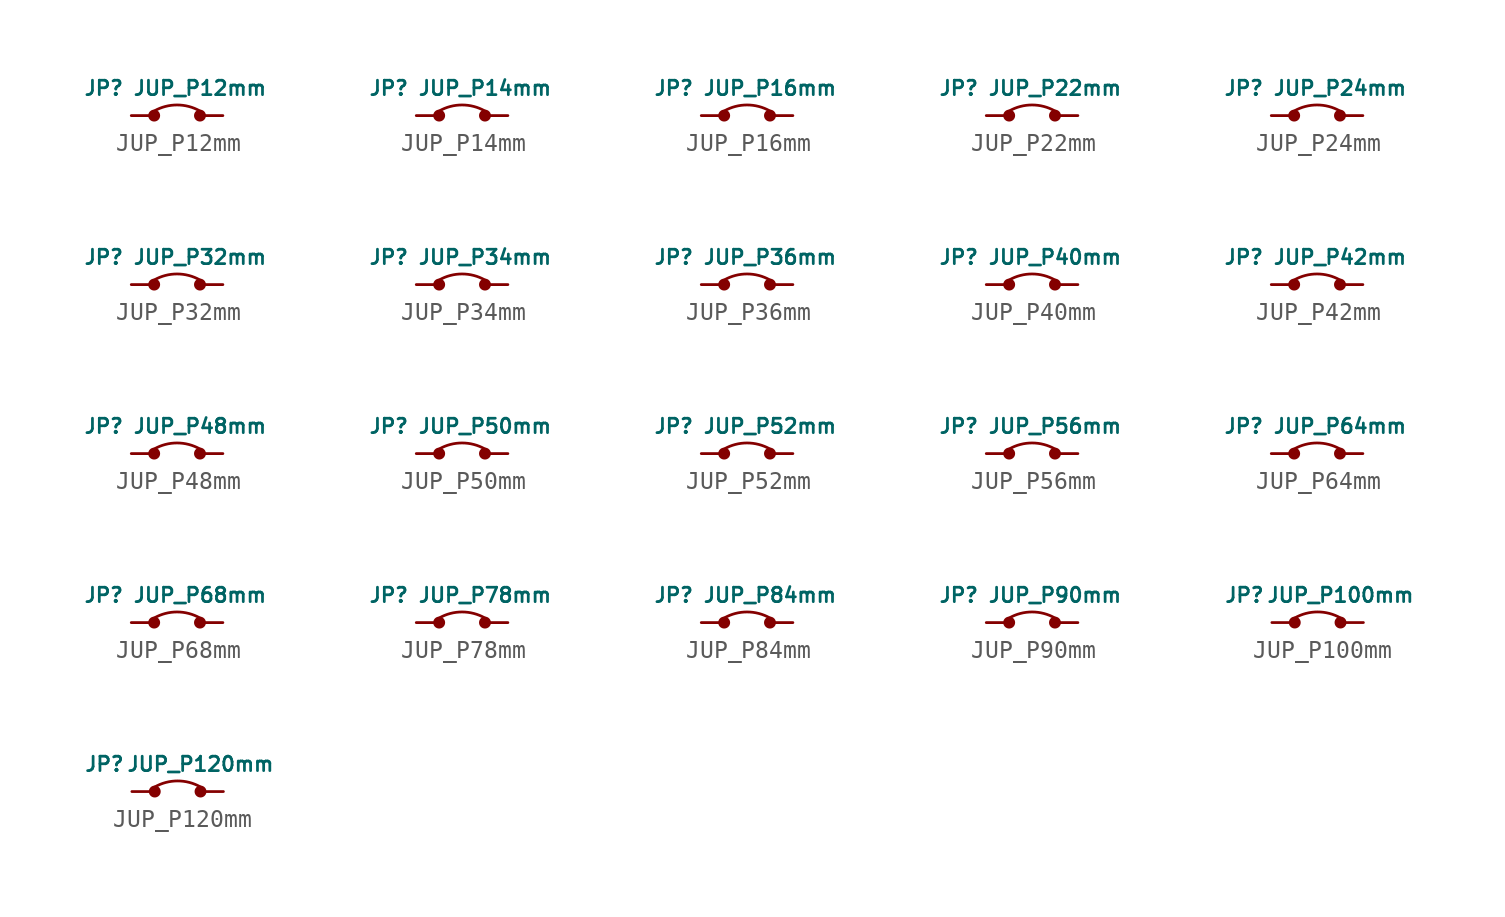
<source format=kicad_sym>
(kicad_symbol_lib
  (version 20220914)
  (generator kicad_symbol_editor)
  (symbol "JUP_P12mm"
    (property "Reference" "JP"
      (at -4.064 1.524 0)
      (effects (font (size 0.8 0.8))))
    (property "Value" "JUP_P12mm"
      (at 1.27 1.524 0)
      (effects (font (size 0.8 0.8))))
    (symbol "JUP_P12mm_0_1"
      (circle (center -1.27 0) (radius 0.254) (stroke (width 0) (type default)) (fill (type outline)))
      (circle (center 1.27 0) (radius 0.254) (stroke (width 0) (type default)) (fill (type outline)))
      (arc (start 1.27 0.254) (mid 0 0.5892) (end -1.27 0.254) (stroke (width 0) (type default)) (fill (type none))))
    (symbol "JUP_P12mm_1_1"
      (pin passive line (at -2.54 0 0) (length 1.2) (name "" (effects (font (size 1.27 1.27)))) (number "1" (effects (font (size 0 0)))))
      (pin passive line (at 2.54 0 180) (length 1.2) (name "" (effects (font (size 1.27 1.27)))) (number "2" (effects (font (size 0 0)))))))
  (symbol "JUP_P14mm"
    (property "Reference" "JP"
      (at -4.064 1.524 0)
      (effects (font (size 0.8 0.8))))
    (property "Value" "JUP_P14mm"
      (at 1.27 1.524 0)
      (effects (font (size 0.8 0.8))))
    (symbol "JUP_P14mm_0_1"
      (circle (center -1.27 0) (radius 0.254) (stroke (width 0) (type default)) (fill (type outline)))
      (circle (center 1.27 0) (radius 0.254) (stroke (width 0) (type default)) (fill (type outline)))
      (arc (start 1.27 0.254) (mid 0 0.5892) (end -1.27 0.254) (stroke (width 0) (type default)) (fill (type none))))
    (symbol "JUP_P14mm_1_1"
      (pin passive line (at -2.54 0 0) (length 1.2) (name "" (effects (font (size 1.27 1.27)))) (number "1" (effects (font (size 0 0)))))
      (pin passive line (at 2.54 0 180) (length 1.2) (name "" (effects (font (size 1.27 1.27)))) (number "2" (effects (font (size 0 0)))))))
  (symbol "JUP_P16mm"
    (property "Reference" "JP"
      (at -4.064 1.524 0)
      (effects (font (size 0.8 0.8))))
    (property "Value" "JUP_P16mm"
      (at 1.27 1.524 0)
      (effects (font (size 0.8 0.8))))
    (symbol "JUP_P16mm_0_1"
      (circle (center -1.27 0) (radius 0.254) (stroke (width 0) (type default)) (fill (type outline)))
      (circle (center 1.27 0) (radius 0.254) (stroke (width 0) (type default)) (fill (type outline)))
      (arc (start 1.27 0.254) (mid 0 0.5892) (end -1.27 0.254) (stroke (width 0) (type default)) (fill (type none))))
    (symbol "JUP_P16mm_1_1"
      (pin passive line (at -2.54 0 0) (length 1.2) (name "" (effects (font (size 1.27 1.27)))) (number "1" (effects (font (size 0 0)))))
      (pin passive line (at 2.54 0 180) (length 1.2) (name "" (effects (font (size 1.27 1.27)))) (number "2" (effects (font (size 0 0)))))))
  (symbol "JUP_P22mm"
    (property "Reference" "JP"
      (at -4.064 1.524 0)
      (effects (font (size 0.8 0.8))))
    (property "Value" "JUP_P22mm"
      (at 1.27 1.524 0)
      (effects (font (size 0.8 0.8))))
    (symbol "JUP_P22mm_0_1"
      (circle (center -1.27 0) (radius 0.254) (stroke (width 0) (type default)) (fill (type outline)))
      (circle (center 1.27 0) (radius 0.254) (stroke (width 0) (type default)) (fill (type outline)))
      (arc (start 1.27 0.254) (mid 0 0.5892) (end -1.27 0.254) (stroke (width 0) (type default)) (fill (type none))))
    (symbol "JUP_P22mm_1_1"
      (pin passive line (at -2.54 0 0) (length 1.2) (name "" (effects (font (size 1.27 1.27)))) (number "1" (effects (font (size 0 0)))))
      (pin passive line (at 2.54 0 180) (length 1.2) (name "" (effects (font (size 1.27 1.27)))) (number "2" (effects (font (size 0 0)))))))
  (symbol "JUP_P24mm"
    (property "Reference" "JP"
      (at -4.064 1.524 0)
      (effects (font (size 0.8 0.8))))
    (property "Value" "JUP_P24mm"
      (at 1.27 1.524 0)
      (effects (font (size 0.8 0.8))))
    (symbol "JUP_P24mm_0_1"
      (circle (center -1.27 0) (radius 0.254) (stroke (width 0) (type default)) (fill (type outline)))
      (circle (center 1.27 0) (radius 0.254) (stroke (width 0) (type default)) (fill (type outline)))
      (arc (start 1.27 0.254) (mid 0 0.5892) (end -1.27 0.254) (stroke (width 0) (type default)) (fill (type none))))
    (symbol "JUP_P24mm_1_1"
      (pin passive line (at -2.54 0 0) (length 1.2) (name "" (effects (font (size 1.27 1.27)))) (number "1" (effects (font (size 0 0)))))
      (pin passive line (at 2.54 0 180) (length 1.2) (name "" (effects (font (size 1.27 1.27)))) (number "2" (effects (font (size 0 0)))))))
  (symbol "JUP_P32mm"
    (property "Reference" "JP"
      (at -4.064 1.524 0)
      (effects (font (size 0.8 0.8))))
    (property "Value" "JUP_P32mm"
      (at 1.27 1.524 0)
      (effects (font (size 0.8 0.8))))
    (symbol "JUP_P32mm_0_1"
      (circle (center -1.27 0) (radius 0.254) (stroke (width 0) (type default)) (fill (type outline)))
      (circle (center 1.27 0) (radius 0.254) (stroke (width 0) (type default)) (fill (type outline)))
      (arc (start 1.27 0.254) (mid 0 0.5892) (end -1.27 0.254) (stroke (width 0) (type default)) (fill (type none))))
    (symbol "JUP_P32mm_1_1"
      (pin passive line (at -2.54 0 0) (length 1.2) (name "" (effects (font (size 1.27 1.27)))) (number "1" (effects (font (size 0 0)))))
      (pin passive line (at 2.54 0 180) (length 1.2) (name "" (effects (font (size 1.27 1.27)))) (number "2" (effects (font (size 0 0)))))))
  (symbol "JUP_P34mm"
    (property "Reference" "JP"
      (at -4.064 1.524 0)
      (effects (font (size 0.8 0.8))))
    (property "Value" "JUP_P34mm"
      (at 1.27 1.524 0)
      (effects (font (size 0.8 0.8))))
    (symbol "JUP_P34mm_0_1"
      (circle (center -1.27 0) (radius 0.254) (stroke (width 0) (type default)) (fill (type outline)))
      (circle (center 1.27 0) (radius 0.254) (stroke (width 0) (type default)) (fill (type outline)))
      (arc (start 1.27 0.254) (mid 0 0.5892) (end -1.27 0.254) (stroke (width 0) (type default)) (fill (type none))))
    (symbol "JUP_P34mm_1_1"
      (pin passive line (at -2.54 0 0) (length 1.2) (name "" (effects (font (size 1.27 1.27)))) (number "1" (effects (font (size 0 0)))))
      (pin passive line (at 2.54 0 180) (length 1.2) (name "" (effects (font (size 1.27 1.27)))) (number "2" (effects (font (size 0 0)))))))
  (symbol "JUP_P36mm"
    (property "Reference" "JP"
      (at -4.064 1.524 0)
      (effects (font (size 0.8 0.8))))
    (property "Value" "JUP_P36mm"
      (at 1.27 1.524 0)
      (effects (font (size 0.8 0.8))))
    (symbol "JUP_P36mm_0_1"
      (circle (center -1.27 0) (radius 0.254) (stroke (width 0) (type default)) (fill (type outline)))
      (circle (center 1.27 0) (radius 0.254) (stroke (width 0) (type default)) (fill (type outline)))
      (arc (start 1.27 0.254) (mid 0 0.5892) (end -1.27 0.254) (stroke (width 0) (type default)) (fill (type none))))
    (symbol "JUP_P36mm_1_1"
      (pin passive line (at -2.54 0 0) (length 1.2) (name "" (effects (font (size 1.27 1.27)))) (number "1" (effects (font (size 0 0)))))
      (pin passive line (at 2.54 0 180) (length 1.2) (name "" (effects (font (size 1.27 1.27)))) (number "2" (effects (font (size 0 0)))))))
  (symbol "JUP_P40mm"
    (property "Reference" "JP"
      (at -4.064 1.524 0)
      (effects (font (size 0.8 0.8))))
    (property "Value" "JUP_P40mm"
      (at 1.27 1.524 0)
      (effects (font (size 0.8 0.8))))
    (symbol "JUP_P40mm_0_1"
      (circle (center -1.27 0) (radius 0.254) (stroke (width 0) (type default)) (fill (type outline)))
      (circle (center 1.27 0) (radius 0.254) (stroke (width 0) (type default)) (fill (type outline)))
      (arc (start 1.27 0.254) (mid 0 0.5892) (end -1.27 0.254) (stroke (width 0) (type default)) (fill (type none))))
    (symbol "JUP_P40mm_1_1"
      (pin passive line (at -2.54 0 0) (length 1.2) (name "" (effects (font (size 1.27 1.27)))) (number "1" (effects (font (size 0 0)))))
      (pin passive line (at 2.54 0 180) (length 1.2) (name "" (effects (font (size 1.27 1.27)))) (number "2" (effects (font (size 0 0)))))))
  (symbol "JUP_P42mm"
    (property "Reference" "JP"
      (at -4.064 1.524 0)
      (effects (font (size 0.8 0.8))))
    (property "Value" "JUP_P42mm"
      (at 1.27 1.524 0)
      (effects (font (size 0.8 0.8))))
    (symbol "JUP_P42mm_0_1"
      (circle (center -1.27 0) (radius 0.254) (stroke (width 0) (type default)) (fill (type outline)))
      (circle (center 1.27 0) (radius 0.254) (stroke (width 0) (type default)) (fill (type outline)))
      (arc (start 1.27 0.254) (mid 0 0.5892) (end -1.27 0.254) (stroke (width 0) (type default)) (fill (type none))))
    (symbol "JUP_P42mm_1_1"
      (pin passive line (at -2.54 0 0) (length 1.2) (name "" (effects (font (size 1.27 1.27)))) (number "1" (effects (font (size 0 0)))))
      (pin passive line (at 2.54 0 180) (length 1.2) (name "" (effects (font (size 1.27 1.27)))) (number "2" (effects (font (size 0 0)))))))
  (symbol "JUP_P48mm"
    (property "Reference" "JP"
      (at -4.064 1.524 0)
      (effects (font (size 0.8 0.8))))
    (property "Value" "JUP_P48mm"
      (at 1.27 1.524 0)
      (effects (font (size 0.8 0.8))))
    (symbol "JUP_P48mm_0_1"
      (circle (center -1.27 0) (radius 0.254) (stroke (width 0) (type default)) (fill (type outline)))
      (circle (center 1.27 0) (radius 0.254) (stroke (width 0) (type default)) (fill (type outline)))
      (arc (start 1.27 0.254) (mid 0 0.5892) (end -1.27 0.254) (stroke (width 0) (type default)) (fill (type none))))
    (symbol "JUP_P48mm_1_1"
      (pin passive line (at -2.54 0 0) (length 1.2) (name "" (effects (font (size 1.27 1.27)))) (number "1" (effects (font (size 0 0)))))
      (pin passive line (at 2.54 0 180) (length 1.2) (name "" (effects (font (size 1.27 1.27)))) (number "2" (effects (font (size 0 0)))))))
  (symbol "JUP_P50mm"
    (property "Reference" "JP"
      (at -4.064 1.524 0)
      (effects (font (size 0.8 0.8))))
    (property "Value" "JUP_P50mm"
      (at 1.27 1.524 0)
      (effects (font (size 0.8 0.8))))
    (symbol "JUP_P50mm_0_1"
      (circle (center -1.27 0) (radius 0.254) (stroke (width 0) (type default)) (fill (type outline)))
      (circle (center 1.27 0) (radius 0.254) (stroke (width 0) (type default)) (fill (type outline)))
      (arc (start 1.27 0.254) (mid 0 0.5892) (end -1.27 0.254) (stroke (width 0) (type default)) (fill (type none))))
    (symbol "JUP_P50mm_1_1"
      (pin passive line (at -2.54 0 0) (length 1.2) (name "" (effects (font (size 1.27 1.27)))) (number "1" (effects (font (size 0 0)))))
      (pin passive line (at 2.54 0 180) (length 1.2) (name "" (effects (font (size 1.27 1.27)))) (number "2" (effects (font (size 0 0)))))))
  (symbol "JUP_P52mm"
    (property "Reference" "JP"
      (at -4.064 1.524 0)
      (effects (font (size 0.8 0.8))))
    (property "Value" "JUP_P52mm"
      (at 1.27 1.524 0)
      (effects (font (size 0.8 0.8))))
    (symbol "JUP_P52mm_0_1"
      (circle (center -1.27 0) (radius 0.254) (stroke (width 0) (type default)) (fill (type outline)))
      (circle (center 1.27 0) (radius 0.254) (stroke (width 0) (type default)) (fill (type outline)))
      (arc (start 1.27 0.254) (mid 0 0.5892) (end -1.27 0.254) (stroke (width 0) (type default)) (fill (type none))))
    (symbol "JUP_P52mm_1_1"
      (pin passive line (at -2.54 0 0) (length 1.2) (name "" (effects (font (size 1.27 1.27)))) (number "1" (effects (font (size 0 0)))))
      (pin passive line (at 2.54 0 180) (length 1.2) (name "" (effects (font (size 1.27 1.27)))) (number "2" (effects (font (size 0 0)))))))
  (symbol "JUP_P56mm"
    (property "Reference" "JP"
      (at -4.064 1.524 0)
      (effects (font (size 0.8 0.8))))
    (property "Value" "JUP_P56mm"
      (at 1.27 1.524 0)
      (effects (font (size 0.8 0.8))))
    (symbol "JUP_P56mm_0_1"
      (circle (center -1.27 0) (radius 0.254) (stroke (width 0) (type default)) (fill (type outline)))
      (circle (center 1.27 0) (radius 0.254) (stroke (width 0) (type default)) (fill (type outline)))
      (arc (start 1.27 0.254) (mid 0 0.5892) (end -1.27 0.254) (stroke (width 0) (type default)) (fill (type none))))
    (symbol "JUP_P56mm_1_1"
      (pin passive line (at -2.54 0 0) (length 1.2) (name "" (effects (font (size 1.27 1.27)))) (number "1" (effects (font (size 0 0)))))
      (pin passive line (at 2.54 0 180) (length 1.2) (name "" (effects (font (size 1.27 1.27)))) (number "2" (effects (font (size 0 0)))))))
  (symbol "JUP_P64mm"
    (property "Reference" "JP"
      (at -4.064 1.524 0)
      (effects (font (size 0.8 0.8))))
    (property "Value" "JUP_P64mm"
      (at 1.27 1.524 0)
      (effects (font (size 0.8 0.8))))
    (symbol "JUP_P64mm_0_1"
      (circle (center -1.27 0) (radius 0.254) (stroke (width 0) (type default)) (fill (type outline)))
      (circle (center 1.27 0) (radius 0.254) (stroke (width 0) (type default)) (fill (type outline)))
      (arc (start 1.27 0.254) (mid 0 0.5892) (end -1.27 0.254) (stroke (width 0) (type default)) (fill (type none))))
    (symbol "JUP_P64mm_1_1"
      (pin passive line (at -2.54 0 0) (length 1.2) (name "" (effects (font (size 1.27 1.27)))) (number "1" (effects (font (size 0 0)))))
      (pin passive line (at 2.54 0 180) (length 1.2) (name "" (effects (font (size 1.27 1.27)))) (number "2" (effects (font (size 0 0)))))))
  (symbol "JUP_P68mm"
    (property "Reference" "JP"
      (at -4.064 1.524 0)
      (effects (font (size 0.8 0.8))))
    (property "Value" "JUP_P68mm"
      (at 1.27 1.524 0)
      (effects (font (size 0.8 0.8))))
    (symbol "JUP_P68mm_0_1"
      (circle (center -1.27 0) (radius 0.254) (stroke (width 0) (type default)) (fill (type outline)))
      (circle (center 1.27 0) (radius 0.254) (stroke (width 0) (type default)) (fill (type outline)))
      (arc (start 1.27 0.254) (mid 0 0.5892) (end -1.27 0.254) (stroke (width 0) (type default)) (fill (type none))))
    (symbol "JUP_P68mm_1_1"
      (pin passive line (at -2.54 0 0) (length 1.2) (name "" (effects (font (size 1.27 1.27)))) (number "1" (effects (font (size 0 0)))))
      (pin passive line (at 2.54 0 180) (length 1.2) (name "" (effects (font (size 1.27 1.27)))) (number "2" (effects (font (size 0 0)))))))
  (symbol "JUP_P78mm"
    (property "Reference" "JP"
      (at -4.064 1.524 0)
      (effects (font (size 0.8 0.8))))
    (property "Value" "JUP_P78mm"
      (at 1.27 1.524 0)
      (effects (font (size 0.8 0.8))))
    (symbol "JUP_P78mm_0_1"
      (circle (center -1.27 0) (radius 0.254) (stroke (width 0) (type default)) (fill (type outline)))
      (circle (center 1.27 0) (radius 0.254) (stroke (width 0) (type default)) (fill (type outline)))
      (arc (start 1.27 0.254) (mid 0 0.5892) (end -1.27 0.254) (stroke (width 0) (type default)) (fill (type none))))
    (symbol "JUP_P78mm_1_1"
      (pin passive line (at -2.54 0 0) (length 1.2) (name "" (effects (font (size 1.27 1.27)))) (number "1" (effects (font (size 0 0)))))
      (pin passive line (at 2.54 0 180) (length 1.2) (name "" (effects (font (size 1.27 1.27)))) (number "2" (effects (font (size 0 0)))))))
  (symbol "JUP_P84mm"
    (property "Reference" "JP"
      (at -4.064 1.524 0)
      (effects (font (size 0.8 0.8))))
    (property "Value" "JUP_P84mm"
      (at 1.27 1.524 0)
      (effects (font (size 0.8 0.8))))
    (symbol "JUP_P84mm_0_1"
      (circle (center -1.27 0) (radius 0.254) (stroke (width 0) (type default)) (fill (type outline)))
      (circle (center 1.27 0) (radius 0.254) (stroke (width 0) (type default)) (fill (type outline)))
      (arc (start 1.27 0.254) (mid 0 0.5892) (end -1.27 0.254) (stroke (width 0) (type default)) (fill (type none))))
    (symbol "JUP_P84mm_1_1"
      (pin passive line (at -2.54 0 0) (length 1.2) (name "" (effects (font (size 1.27 1.27)))) (number "1" (effects (font (size 0 0)))))
      (pin passive line (at 2.54 0 180) (length 1.2) (name "" (effects (font (size 1.27 1.27)))) (number "2" (effects (font (size 0 0)))))))
  (symbol "JUP_P90mm"
    (property "Reference" "JP"
      (at -4.064 1.524 0)
      (effects (font (size 0.8 0.8))))
    (property "Value" "JUP_P90mm"
      (at 1.27 1.524 0)
      (effects (font (size 0.8 0.8))))
    (symbol "JUP_P90mm_0_1"
      (circle (center -1.27 0) (radius 0.254) (stroke (width 0) (type default)) (fill (type outline)))
      (circle (center 1.27 0) (radius 0.254) (stroke (width 0) (type default)) (fill (type outline)))
      (arc (start 1.27 0.254) (mid 0 0.5892) (end -1.27 0.254) (stroke (width 0) (type default)) (fill (type none))))
    (symbol "JUP_P90mm_1_1"
      (pin passive line (at -2.54 0 0) (length 1.2) (name "" (effects (font (size 1.27 1.27)))) (number "1" (effects (font (size 0 0)))))
      (pin passive line (at 2.54 0 180) (length 1.2) (name "" (effects (font (size 1.27 1.27)))) (number "2" (effects (font (size 0 0)))))))
  (symbol "JUP_P100mm"
    (property "Reference" "JP"
      (at -4.064 1.524 0)
      (effects (font (size 0.8 0.8))))
    (property "Value" "JUP_P100mm"
      (at 1.27 1.524 0)
      (effects (font (size 0.8 0.8))))
    (symbol "JUP_P100mm_0_1"
      (circle (center -1.27 0) (radius 0.254) (stroke (width 0) (type default)) (fill (type outline)))
      (circle (center 1.27 0) (radius 0.254) (stroke (width 0) (type default)) (fill (type outline)))
      (arc (start 1.27 0.254) (mid 0 0.5892) (end -1.27 0.254) (stroke (width 0) (type default)) (fill (type none))))
    (symbol "JUP_P100mm_1_1"
      (pin passive line (at -2.54 0 0) (length 1.2) (name "" (effects (font (size 1.27 1.27)))) (number "1" (effects (font (size 0 0)))))
      (pin passive line (at 2.54 0 180) (length 1.2) (name "" (effects (font (size 1.27 1.27)))) (number "2" (effects (font (size 0 0)))))))
  (symbol "JUP_P120mm"
    (property "Reference" "JP"
      (at -4.064 1.524 0)
      (effects (font (size 0.8 0.8))))
    (property "Value" "JUP_P120mm"
      (at 1.27 1.524 0)
      (effects (font (size 0.8 0.8))))
    (symbol "JUP_P120mm_0_1"
      (circle (center -1.27 0) (radius 0.254) (stroke (width 0) (type default)) (fill (type outline)))
      (circle (center 1.27 0) (radius 0.254) (stroke (width 0) (type default)) (fill (type outline)))
      (arc (start 1.27 0.254) (mid 0 0.5892) (end -1.27 0.254) (stroke (width 0) (type default)) (fill (type none))))
    (symbol "JUP_P120mm_1_1"
      (pin passive line (at -2.54 0 0) (length 1.2) (name "" (effects (font (size 1.27 1.27)))) (number "1" (effects (font (size 0 0)))))
      (pin passive line (at 2.54 0 180) (length 1.2) (name "" (effects (font (size 1.27 1.27)))) (number "2" (effects (font (size 0 0))))))))
</source>
